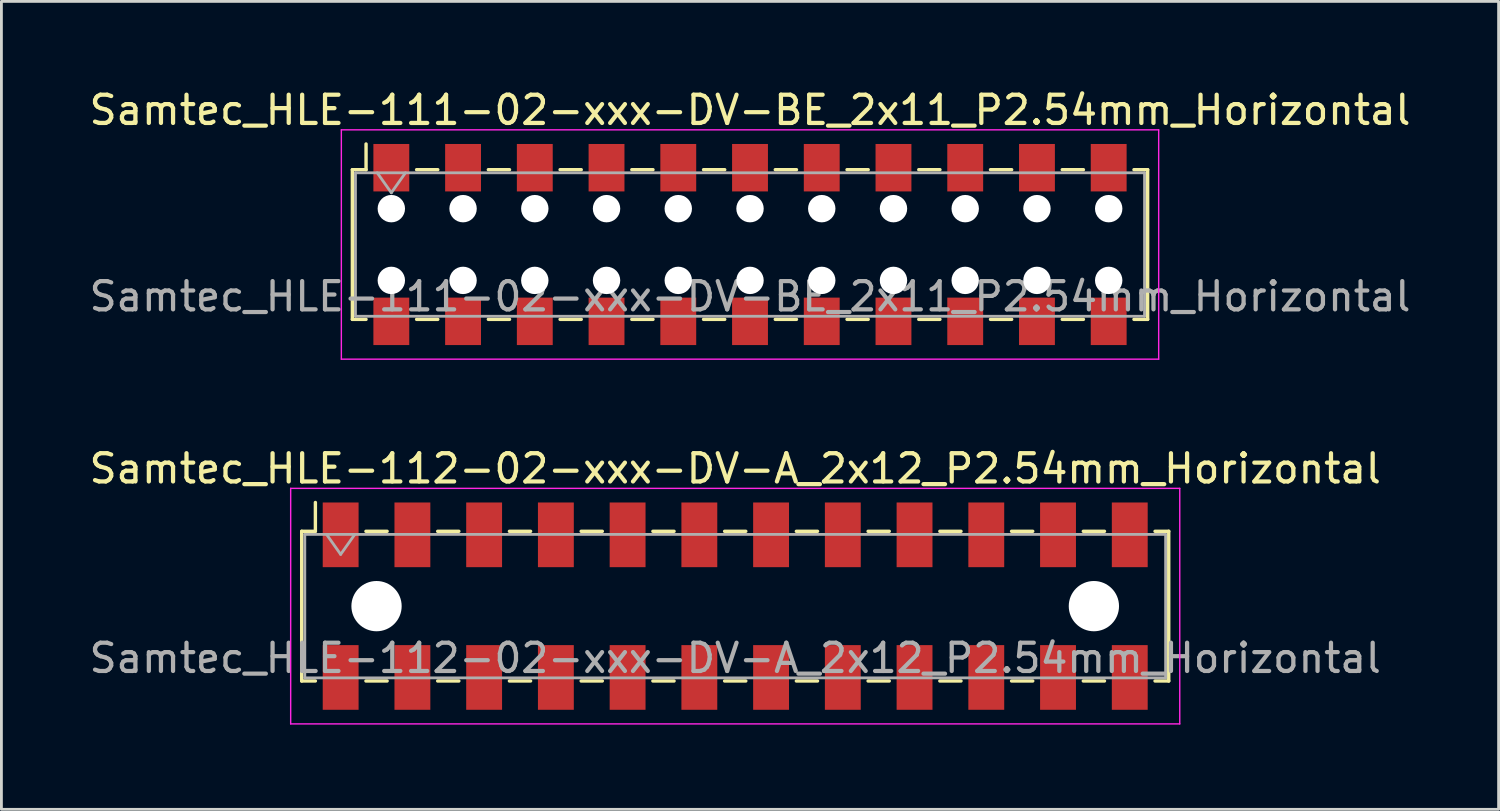
<source format=kicad_pcb>
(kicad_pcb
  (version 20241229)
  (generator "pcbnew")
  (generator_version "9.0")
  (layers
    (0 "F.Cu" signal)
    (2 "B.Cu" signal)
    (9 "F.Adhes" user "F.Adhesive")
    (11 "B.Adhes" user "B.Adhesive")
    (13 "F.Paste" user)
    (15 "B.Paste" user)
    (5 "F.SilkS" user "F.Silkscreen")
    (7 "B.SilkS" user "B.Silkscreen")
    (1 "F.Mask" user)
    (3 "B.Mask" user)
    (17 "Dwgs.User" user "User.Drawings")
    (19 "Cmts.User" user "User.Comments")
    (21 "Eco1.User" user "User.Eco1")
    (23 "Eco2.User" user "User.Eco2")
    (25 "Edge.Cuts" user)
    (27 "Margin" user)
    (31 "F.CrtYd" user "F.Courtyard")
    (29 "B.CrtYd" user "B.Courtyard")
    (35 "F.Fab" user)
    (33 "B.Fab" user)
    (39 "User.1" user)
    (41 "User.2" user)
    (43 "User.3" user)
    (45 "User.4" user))
  (footprint "Samtec_HLE-111-02-xxx-DV-BE_2x11_P2.54mm_Horizontal"
    (layer "F.Cu")
    (at 23.506 5.608)
    (property "Reference" "Samtec_HLE-111-02-xxx-DV-BE_2x11_P2.54mm_Horizontal" (at 0 -4.76 0) (layer "F.SilkS") (effects (font (size 1 1) (thickness 0.15))))
    (attr smd)
    (fp_line (start -14.08 -2.65) (end -14.08 2.65) (stroke (width 0.12) (type solid)) (layer "F.SilkS"))
    (fp_line (start -14.08 2.65) (end -13.595 2.65) (stroke (width 0.12) (type solid)) (layer "F.SilkS"))
    (fp_line (start -13.595 -3.56) (end -13.595 -2.65) (stroke (width 0.12) (type solid)) (layer "F.SilkS"))
    (fp_line (start -13.595 -2.65) (end -14.08 -2.65) (stroke (width 0.12) (type solid)) (layer "F.SilkS"))
    (fp_line (start -11.805 -2.65) (end -11.055 -2.65) (stroke (width 0.12) (type solid)) (layer "F.SilkS"))
    (fp_line (start -11.805 2.65) (end -11.055 2.65) (stroke (width 0.12) (type solid)) (layer "F.SilkS"))
    (fp_line (start -9.265 -2.65) (end -8.515 -2.65) (stroke (width 0.12) (type solid)) (layer "F.SilkS"))
    (fp_line (start -9.265 2.65) (end -8.515 2.65) (stroke (width 0.12) (type solid)) (layer "F.SilkS"))
    (fp_line (start -6.725 -2.65) (end -5.975 -2.65) (stroke (width 0.12) (type solid)) (layer "F.SilkS"))
    (fp_line (start -6.725 2.65) (end -5.975 2.65) (stroke (width 0.12) (type solid)) (layer "F.SilkS"))
    (fp_line (start -4.185 -2.65) (end -3.435 -2.65) (stroke (width 0.12) (type solid)) (layer "F.SilkS"))
    (fp_line (start -4.185 2.65) (end -3.435 2.65) (stroke (width 0.12) (type solid)) (layer "F.SilkS"))
    (fp_line (start -1.645 -2.65) (end -0.895 -2.65) (stroke (width 0.12) (type solid)) (layer "F.SilkS"))
    (fp_line (start -1.645 2.65) (end -0.895 2.65) (stroke (width 0.12) (type solid)) (layer "F.SilkS"))
    (fp_line (start 0.895 -2.65) (end 1.645 -2.65) (stroke (width 0.12) (type solid)) (layer "F.SilkS"))
    (fp_line (start 0.895 2.65) (end 1.645 2.65) (stroke (width 0.12) (type solid)) (layer "F.SilkS"))
    (fp_line (start 3.435 -2.65) (end 4.185 -2.65) (stroke (width 0.12) (type solid)) (layer "F.SilkS"))
    (fp_line (start 3.435 2.65) (end 4.185 2.65) (stroke (width 0.12) (type solid)) (layer "F.SilkS"))
    (fp_line (start 5.975 -2.65) (end 6.725 -2.65) (stroke (width 0.12) (type solid)) (layer "F.SilkS"))
    (fp_line (start 5.975 2.65) (end 6.725 2.65) (stroke (width 0.12) (type solid)) (layer "F.SilkS"))
    (fp_line (start 8.515 -2.65) (end 9.265 -2.65) (stroke (width 0.12) (type solid)) (layer "F.SilkS"))
    (fp_line (start 8.515 2.65) (end 9.265 2.65) (stroke (width 0.12) (type solid)) (layer "F.SilkS"))
    (fp_line (start 11.055 -2.65) (end 11.805 -2.65) (stroke (width 0.12) (type solid)) (layer "F.SilkS"))
    (fp_line (start 11.055 2.65) (end 11.805 2.65) (stroke (width 0.12) (type solid)) (layer "F.SilkS"))
    (fp_line (start 13.595 -2.65) (end 14.08 -2.65) (stroke (width 0.12) (type solid)) (layer "F.SilkS"))
    (fp_line (start 14.08 -2.65) (end 14.08 2.65) (stroke (width 0.12) (type solid)) (layer "F.SilkS"))
    (fp_line (start 14.08 2.65) (end 13.595 2.65) (stroke (width 0.12) (type solid)) (layer "F.SilkS"))
    (fp_line (start -14.47 -4.06) (end 14.47 -4.06) (stroke (width 0.05) (type solid)) (layer "F.CrtYd"))
    (fp_line (start -14.47 4.06) (end -14.47 -4.06) (stroke (width 0.05) (type solid)) (layer "F.CrtYd"))
    (fp_line (start 14.47 -4.06) (end 14.47 4.06) (stroke (width 0.05) (type solid)) (layer "F.CrtYd"))
    (fp_line (start 14.47 4.06) (end -14.47 4.06) (stroke (width 0.05) (type solid)) (layer "F.CrtYd"))
    (fp_line (start -13.97 -2.54) (end 13.97 -2.54) (stroke (width 0.1) (type solid)) (layer "F.Fab"))
    (fp_line (start -13.97 2.54) (end -13.97 -2.54) (stroke (width 0.1) (type solid)) (layer "F.Fab"))
    (fp_line (start -13.2 -2.54) (end -12.7 -1.833) (stroke (width 0.1) (type solid)) (layer "F.Fab"))
    (fp_line (start -12.7 -1.833) (end -12.2 -2.54) (stroke (width 0.1) (type solid)) (layer "F.Fab"))
    (fp_line (start 13.97 -2.54) (end 13.97 2.54) (stroke (width 0.1) (type solid)) (layer "F.Fab"))
    (fp_line (start 13.97 2.54) (end -13.97 2.54) (stroke (width 0.1) (type solid)) (layer "F.Fab"))
    (fp_text user "${REFERENCE}" (at 0 1.84 0) (layer "F.Fab") (effects (font (size 1 1) (thickness 0.15))))
    (pad "" np_thru_hole circle (at -12.7 -1.27) (size 0.97 0.97) (drill 0.97) (layers "*.Cu" "*.Mask"))
    (pad "" np_thru_hole circle (at -12.7 1.27) (size 0.97 0.97) (drill 0.97) (layers "*.Cu" "*.Mask"))
    (pad "" np_thru_hole circle (at -10.16 -1.27) (size 0.97 0.97) (drill 0.97) (layers "*.Cu" "*.Mask"))
    (pad "" np_thru_hole circle (at -10.16 1.27) (size 0.97 0.97) (drill 0.97) (layers "*.Cu" "*.Mask"))
    (pad "" np_thru_hole circle (at -7.62 -1.27) (size 0.97 0.97) (drill 0.97) (layers "*.Cu" "*.Mask"))
    (pad "" np_thru_hole circle (at -7.62 1.27) (size 0.97 0.97) (drill 0.97) (layers "*.Cu" "*.Mask"))
    (pad "" np_thru_hole circle (at -5.08 -1.27) (size 0.97 0.97) (drill 0.97) (layers "*.Cu" "*.Mask"))
    (pad "" np_thru_hole circle (at -5.08 1.27) (size 0.97 0.97) (drill 0.97) (layers "*.Cu" "*.Mask"))
    (pad "" np_thru_hole circle (at -2.54 -1.27) (size 0.97 0.97) (drill 0.97) (layers "*.Cu" "*.Mask"))
    (pad "" np_thru_hole circle (at -2.54 1.27) (size 0.97 0.97) (drill 0.97) (layers "*.Cu" "*.Mask"))
    (pad "" np_thru_hole circle (at 0 -1.27) (size 0.97 0.97) (drill 0.97) (layers "*.Cu" "*.Mask"))
    (pad "" np_thru_hole circle (at 0 1.27) (size 0.97 0.97) (drill 0.97) (layers "*.Cu" "*.Mask"))
    (pad "" np_thru_hole circle (at 2.54 -1.27) (size 0.97 0.97) (drill 0.97) (layers "*.Cu" "*.Mask"))
    (pad "" np_thru_hole circle (at 2.54 1.27) (size 0.97 0.97) (drill 0.97) (layers "*.Cu" "*.Mask"))
    (pad "" np_thru_hole circle (at 5.08 -1.27) (size 0.97 0.97) (drill 0.97) (layers "*.Cu" "*.Mask"))
    (pad "" np_thru_hole circle (at 5.08 1.27) (size 0.97 0.97) (drill 0.97) (layers "*.Cu" "*.Mask"))
    (pad "" np_thru_hole circle (at 7.62 -1.27) (size 0.97 0.97) (drill 0.97) (layers "*.Cu" "*.Mask"))
    (pad "" np_thru_hole circle (at 7.62 1.27) (size 0.97 0.97) (drill 0.97) (layers "*.Cu" "*.Mask"))
    (pad "" np_thru_hole circle (at 10.16 -1.27) (size 0.97 0.97) (drill 0.97) (layers "*.Cu" "*.Mask"))
    (pad "" np_thru_hole circle (at 10.16 1.27) (size 0.97 0.97) (drill 0.97) (layers "*.Cu" "*.Mask"))
    (pad "" np_thru_hole circle (at 12.7 -1.27) (size 0.97 0.97) (drill 0.97) (layers "*.Cu" "*.Mask"))
    (pad "" np_thru_hole circle (at 12.7 1.27) (size 0.97 0.97) (drill 0.97) (layers "*.Cu" "*.Mask"))
    (pad "1" smd rect (at -12.7 -2.72) (size 1.27 1.68) (layers "F.Cu" "F.Mask" "F.Paste"))
    (pad "2" smd rect (at -12.7 2.72) (size 1.27 1.68) (layers "F.Cu" "F.Mask" "F.Paste"))
    (pad "3" smd rect (at -10.16 -2.72) (size 1.27 1.68) (layers "F.Cu" "F.Mask" "F.Paste"))
    (pad "4" smd rect (at -10.16 2.72) (size 1.27 1.68) (layers "F.Cu" "F.Mask" "F.Paste"))
    (pad "5" smd rect (at -7.62 -2.72) (size 1.27 1.68) (layers "F.Cu" "F.Mask" "F.Paste"))
    (pad "6" smd rect (at -7.62 2.72) (size 1.27 1.68) (layers "F.Cu" "F.Mask" "F.Paste"))
    (pad "7" smd rect (at -5.08 -2.72) (size 1.27 1.68) (layers "F.Cu" "F.Mask" "F.Paste"))
    (pad "8" smd rect (at -5.08 2.72) (size 1.27 1.68) (layers "F.Cu" "F.Mask" "F.Paste"))
    (pad "9" smd rect (at -2.54 -2.72) (size 1.27 1.68) (layers "F.Cu" "F.Mask" "F.Paste"))
    (pad "10" smd rect (at -2.54 2.72) (size 1.27 1.68) (layers "F.Cu" "F.Mask" "F.Paste"))
    (pad "11" smd rect (at 0 -2.72) (size 1.27 1.68) (layers "F.Cu" "F.Mask" "F.Paste"))
    (pad "12" smd rect (at 0 2.72) (size 1.27 1.68) (layers "F.Cu" "F.Mask" "F.Paste"))
    (pad "13" smd rect (at 2.54 -2.72) (size 1.27 1.68) (layers "F.Cu" "F.Mask" "F.Paste"))
    (pad "14" smd rect (at 2.54 2.72) (size 1.27 1.68) (layers "F.Cu" "F.Mask" "F.Paste"))
    (pad "15" smd rect (at 5.08 -2.72) (size 1.27 1.68) (layers "F.Cu" "F.Mask" "F.Paste"))
    (pad "16" smd rect (at 5.08 2.72) (size 1.27 1.68) (layers "F.Cu" "F.Mask" "F.Paste"))
    (pad "17" smd rect (at 7.62 -2.72) (size 1.27 1.68) (layers "F.Cu" "F.Mask" "F.Paste"))
    (pad "18" smd rect (at 7.62 2.72) (size 1.27 1.68) (layers "F.Cu" "F.Mask" "F.Paste"))
    (pad "19" smd rect (at 10.16 -2.72) (size 1.27 1.68) (layers "F.Cu" "F.Mask" "F.Paste"))
    (pad "20" smd rect (at 10.16 2.72) (size 1.27 1.68) (layers "F.Cu" "F.Mask" "F.Paste"))
    (pad "21" smd rect (at 12.7 -2.72) (size 1.27 1.68) (layers "F.Cu" "F.Mask" "F.Paste"))
    (pad "22" smd rect (at 12.7 2.72) (size 1.27 1.68) (layers "F.Cu" "F.Mask" "F.Paste")))
  (footprint "Samtec_HLE-112-02-xxx-DV-A_2x12_P2.54mm_Horizontal"
    (layer "F.Cu")
    (at 22.982 18.412)
    (property "Reference" "Samtec_HLE-112-02-xxx-DV-A_2x12_P2.54mm_Horizontal" (at 0 -4.87 0) (layer "F.SilkS") (effects (font (size 1 1) (thickness 0.15))))
    (attr smd)
    (fp_line (start -15.35 -2.65) (end -15.35 2.65) (stroke (width 0.12) (type solid)) (layer "F.SilkS"))
    (fp_line (start -15.35 2.65) (end -14.865 2.65) (stroke (width 0.12) (type solid)) (layer "F.SilkS"))
    (fp_line (start -14.865 -3.67) (end -14.865 -2.65) (stroke (width 0.12) (type solid)) (layer "F.SilkS"))
    (fp_line (start -14.865 -2.65) (end -15.35 -2.65) (stroke (width 0.12) (type solid)) (layer "F.SilkS"))
    (fp_line (start -13.075 -2.65) (end -12.325 -2.65) (stroke (width 0.12) (type solid)) (layer "F.SilkS"))
    (fp_line (start -13.075 2.65) (end -12.325 2.65) (stroke (width 0.12) (type solid)) (layer "F.SilkS"))
    (fp_line (start -10.535 -2.65) (end -9.785 -2.65) (stroke (width 0.12) (type solid)) (layer "F.SilkS"))
    (fp_line (start -10.535 2.65) (end -9.785 2.65) (stroke (width 0.12) (type solid)) (layer "F.SilkS"))
    (fp_line (start -7.995 -2.65) (end -7.245 -2.65) (stroke (width 0.12) (type solid)) (layer "F.SilkS"))
    (fp_line (start -7.995 2.65) (end -7.245 2.65) (stroke (width 0.12) (type solid)) (layer "F.SilkS"))
    (fp_line (start -5.455 -2.65) (end -4.705 -2.65) (stroke (width 0.12) (type solid)) (layer "F.SilkS"))
    (fp_line (start -5.455 2.65) (end -4.705 2.65) (stroke (width 0.12) (type solid)) (layer "F.SilkS"))
    (fp_line (start -2.915 -2.65) (end -2.165 -2.65) (stroke (width 0.12) (type solid)) (layer "F.SilkS"))
    (fp_line (start -2.915 2.65) (end -2.165 2.65) (stroke (width 0.12) (type solid)) (layer "F.SilkS"))
    (fp_line (start -0.375 -2.65) (end 0.375 -2.65) (stroke (width 0.12) (type solid)) (layer "F.SilkS"))
    (fp_line (start -0.375 2.65) (end 0.375 2.65) (stroke (width 0.12) (type solid)) (layer "F.SilkS"))
    (fp_line (start 2.165 -2.65) (end 2.915 -2.65) (stroke (width 0.12) (type solid)) (layer "F.SilkS"))
    (fp_line (start 2.165 2.65) (end 2.915 2.65) (stroke (width 0.12) (type solid)) (layer "F.SilkS"))
    (fp_line (start 4.705 -2.65) (end 5.455 -2.65) (stroke (width 0.12) (type solid)) (layer "F.SilkS"))
    (fp_line (start 4.705 2.65) (end 5.455 2.65) (stroke (width 0.12) (type solid)) (layer "F.SilkS"))
    (fp_line (start 7.245 -2.65) (end 7.995 -2.65) (stroke (width 0.12) (type solid)) (layer "F.SilkS"))
    (fp_line (start 7.245 2.65) (end 7.995 2.65) (stroke (width 0.12) (type solid)) (layer "F.SilkS"))
    (fp_line (start 9.785 -2.65) (end 10.535 -2.65) (stroke (width 0.12) (type solid)) (layer "F.SilkS"))
    (fp_line (start 9.785 2.65) (end 10.535 2.65) (stroke (width 0.12) (type solid)) (layer "F.SilkS"))
    (fp_line (start 12.325 -2.65) (end 13.075 -2.65) (stroke (width 0.12) (type solid)) (layer "F.SilkS"))
    (fp_line (start 12.325 2.65) (end 13.075 2.65) (stroke (width 0.12) (type solid)) (layer "F.SilkS"))
    (fp_line (start 14.865 -2.65) (end 15.35 -2.65) (stroke (width 0.12) (type solid)) (layer "F.SilkS"))
    (fp_line (start 15.35 -2.65) (end 15.35 2.65) (stroke (width 0.12) (type solid)) (layer "F.SilkS"))
    (fp_line (start 15.35 2.65) (end 14.865 2.65) (stroke (width 0.12) (type solid)) (layer "F.SilkS"))
    (fp_line (start -15.74 -4.17) (end 15.74 -4.17) (stroke (width 0.05) (type solid)) (layer "F.CrtYd"))
    (fp_line (start -15.74 4.17) (end -15.74 -4.17) (stroke (width 0.05) (type solid)) (layer "F.CrtYd"))
    (fp_line (start 15.74 -4.17) (end 15.74 4.17) (stroke (width 0.05) (type solid)) (layer "F.CrtYd"))
    (fp_line (start 15.74 4.17) (end -15.74 4.17) (stroke (width 0.05) (type solid)) (layer "F.CrtYd"))
    (fp_line (start -15.24 -2.54) (end 15.24 -2.54) (stroke (width 0.1) (type solid)) (layer "F.Fab"))
    (fp_line (start -15.24 2.54) (end -15.24 -2.54) (stroke (width 0.1) (type solid)) (layer "F.Fab"))
    (fp_line (start -14.47 -2.54) (end -13.97 -1.833) (stroke (width 0.1) (type solid)) (layer "F.Fab"))
    (fp_line (start -13.97 -1.833) (end -13.47 -2.54) (stroke (width 0.1) (type solid)) (layer "F.Fab"))
    (fp_line (start 15.24 -2.54) (end 15.24 2.54) (stroke (width 0.1) (type solid)) (layer "F.Fab"))
    (fp_line (start 15.24 2.54) (end -15.24 2.54) (stroke (width 0.1) (type solid)) (layer "F.Fab"))
    (fp_text user "${REFERENCE}" (at 0 1.84 0) (layer "F.Fab") (effects (font (size 1 1) (thickness 0.15))))
    (pad "" np_thru_hole circle (at -12.7 0) (size 1.78 1.78) (drill 1.78) (layers "*.Cu" "*.Mask"))
    (pad "" np_thru_hole circle (at 12.7 0) (size 1.78 1.78) (drill 1.78) (layers "*.Cu" "*.Mask"))
    (pad "1" smd rect (at -13.97 -2.525) (size 1.27 2.29) (layers "F.Cu" "F.Mask" "F.Paste"))
    (pad "2" smd rect (at -13.97 2.525) (size 1.27 2.29) (layers "F.Cu" "F.Mask" "F.Paste"))
    (pad "3" smd rect (at -11.43 -2.525) (size 1.27 2.29) (layers "F.Cu" "F.Mask" "F.Paste"))
    (pad "4" smd rect (at -11.43 2.525) (size 1.27 2.29) (layers "F.Cu" "F.Mask" "F.Paste"))
    (pad "5" smd rect (at -8.89 -2.525) (size 1.27 2.29) (layers "F.Cu" "F.Mask" "F.Paste"))
    (pad "6" smd rect (at -8.89 2.525) (size 1.27 2.29) (layers "F.Cu" "F.Mask" "F.Paste"))
    (pad "7" smd rect (at -6.35 -2.525) (size 1.27 2.29) (layers "F.Cu" "F.Mask" "F.Paste"))
    (pad "8" smd rect (at -6.35 2.525) (size 1.27 2.29) (layers "F.Cu" "F.Mask" "F.Paste"))
    (pad "9" smd rect (at -3.81 -2.525) (size 1.27 2.29) (layers "F.Cu" "F.Mask" "F.Paste"))
    (pad "10" smd rect (at -3.81 2.525) (size 1.27 2.29) (layers "F.Cu" "F.Mask" "F.Paste"))
    (pad "11" smd rect (at -1.27 -2.525) (size 1.27 2.29) (layers "F.Cu" "F.Mask" "F.Paste"))
    (pad "12" smd rect (at -1.27 2.525) (size 1.27 2.29) (layers "F.Cu" "F.Mask" "F.Paste"))
    (pad "13" smd rect (at 1.27 -2.525) (size 1.27 2.29) (layers "F.Cu" "F.Mask" "F.Paste"))
    (pad "14" smd rect (at 1.27 2.525) (size 1.27 2.29) (layers "F.Cu" "F.Mask" "F.Paste"))
    (pad "15" smd rect (at 3.81 -2.525) (size 1.27 2.29) (layers "F.Cu" "F.Mask" "F.Paste"))
    (pad "16" smd rect (at 3.81 2.525) (size 1.27 2.29) (layers "F.Cu" "F.Mask" "F.Paste"))
    (pad "17" smd rect (at 6.35 -2.525) (size 1.27 2.29) (layers "F.Cu" "F.Mask" "F.Paste"))
    (pad "18" smd rect (at 6.35 2.525) (size 1.27 2.29) (layers "F.Cu" "F.Mask" "F.Paste"))
    (pad "19" smd rect (at 8.89 -2.525) (size 1.27 2.29) (layers "F.Cu" "F.Mask" "F.Paste"))
    (pad "20" smd rect (at 8.89 2.525) (size 1.27 2.29) (layers "F.Cu" "F.Mask" "F.Paste"))
    (pad "21" smd rect (at 11.43 -2.525) (size 1.27 2.29) (layers "F.Cu" "F.Mask" "F.Paste"))
    (pad "22" smd rect (at 11.43 2.525) (size 1.27 2.29) (layers "F.Cu" "F.Mask" "F.Paste"))
    (pad "23" smd rect (at 13.97 -2.525) (size 1.27 2.29) (layers "F.Cu" "F.Mask" "F.Paste"))
    (pad "24" smd rect (at 13.97 2.525) (size 1.27 2.29) (layers "F.Cu" "F.Mask" "F.Paste")))
  (gr_rect
    (start -3 -3)
    (end 50.012 25.607)
    (stroke (width 0.1) (type default))
    (fill no)
    (layer "Edge.Cuts")))
</source>
